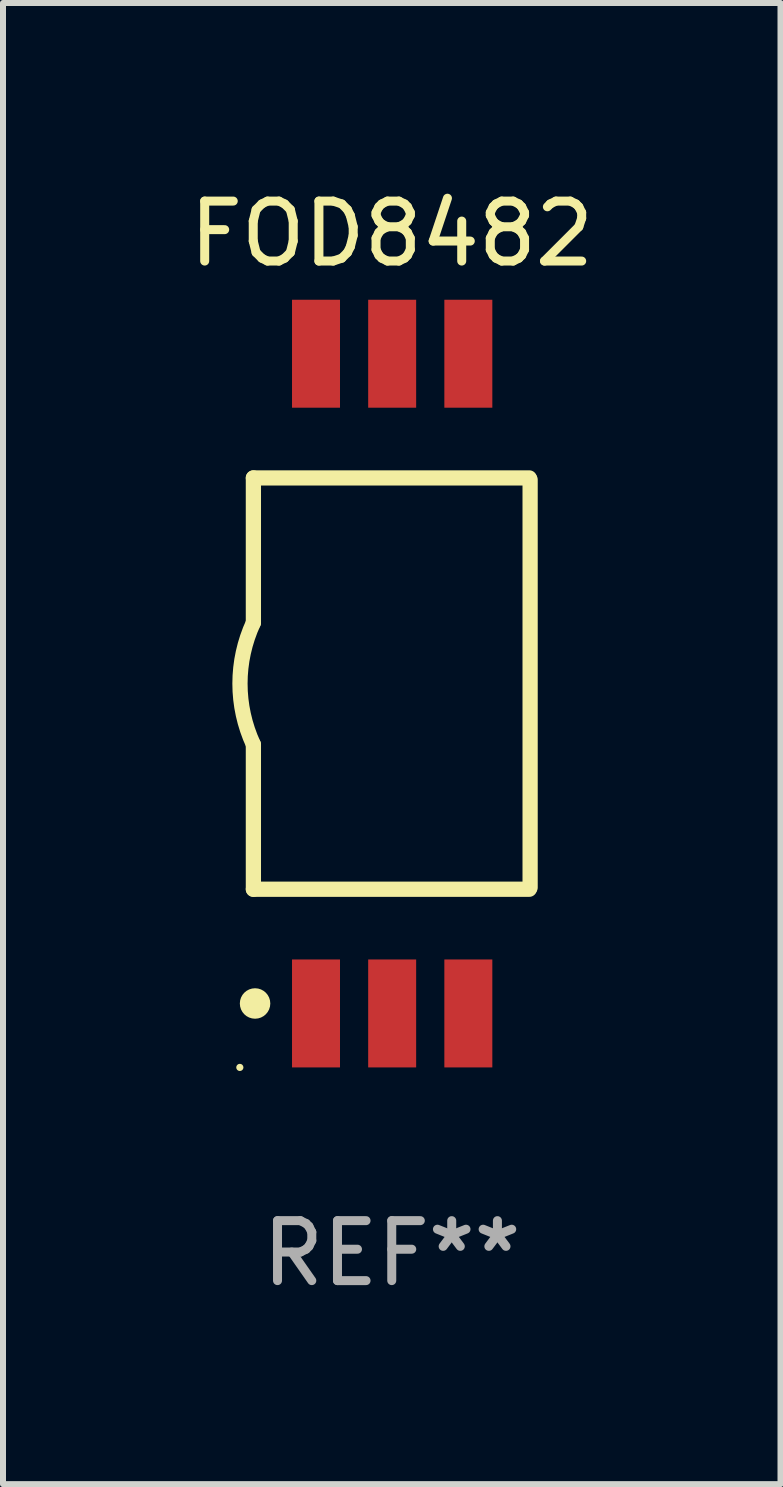
<source format=kicad_pcb>
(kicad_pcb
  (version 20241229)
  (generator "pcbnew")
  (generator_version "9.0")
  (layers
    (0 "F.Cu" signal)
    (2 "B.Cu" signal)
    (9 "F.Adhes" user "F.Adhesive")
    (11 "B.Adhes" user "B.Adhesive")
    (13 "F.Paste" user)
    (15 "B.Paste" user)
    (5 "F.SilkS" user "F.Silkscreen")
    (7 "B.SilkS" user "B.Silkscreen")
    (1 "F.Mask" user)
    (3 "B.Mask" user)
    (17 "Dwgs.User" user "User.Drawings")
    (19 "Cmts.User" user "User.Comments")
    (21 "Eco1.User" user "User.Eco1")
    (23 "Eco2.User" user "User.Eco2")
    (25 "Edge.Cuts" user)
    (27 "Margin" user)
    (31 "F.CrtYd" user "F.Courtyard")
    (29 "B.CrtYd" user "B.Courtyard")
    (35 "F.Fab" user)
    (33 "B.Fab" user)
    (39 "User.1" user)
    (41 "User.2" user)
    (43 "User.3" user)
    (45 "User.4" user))
  (footprint "FOD8482"
    (layer "F.Cu")
    (at 3.482 8.348)
    (property "Reference" "FOD8482" (at 0 -7.5 0) (layer "F.SilkS") (effects (font (size 1 1) (thickness 0.15))))
    (attr through_hole)
    (fp_line (start -2.307 -3.429) (end -2.307 -1.016) (stroke (width 0.254) (type solid)) (layer "F.SilkS"))
    (fp_line (start -2.307 -3.429) (end 2.293 -3.429) (stroke (width 0.254) (type solid)) (layer "F.SilkS"))
    (fp_line (start -2.307 3.429) (end -2.307 1.016) (stroke (width 0.254) (type solid)) (layer "F.SilkS"))
    (fp_line (start 2.293 3.429) (end -2.307 3.429) (stroke (width 0.254) (type solid)) (layer "F.SilkS"))
    (fp_line (start 2.307 -3.4) (end 2.307 3.4) (stroke (width 0.254) (type solid)) (layer "F.SilkS"))
    (fp_arc (start -2.306973 1.016002) (mid -2.53069 0.000003) (end -2.306998 -1.016002) (stroke (width 0.254001) (type solid)) (layer "F.SilkS"))
    (fp_circle (center -2.533 6.4) (end -2.503 6.4) (stroke (width 0.06) (type solid)) (fill no) (layer "F.SilkS"))
    (fp_circle (center -2.279 5.334) (end -2.152 5.334) (stroke (width 0.254) (type solid)) (fill no) (layer "F.SilkS"))
    (fp_text user "REF**" (at 0 9.5 0) (layer "F.Fab") (effects (font (size 1 1) (thickness 0.15))))
    (pad "1" smd rect (at -1.263 5.5 180) (size 0.8 1.8) (layers "F.Cu" "F.Mask" "F.Paste"))
    (pad "2" smd rect (at 0.007 5.5 180) (size 0.8 1.8) (layers "F.Cu" "F.Mask" "F.Paste"))
    (pad "3" smd rect (at 1.277 5.5 180) (size 0.8 1.8) (layers "F.Cu" "F.Mask" "F.Paste"))
    (pad "4" smd rect (at 1.277 -5.5 180) (size 0.8 1.8) (layers "F.Cu" "F.Mask" "F.Paste"))
    (pad "5" smd rect (at 0.007 -5.5 180) (size 0.8 1.8) (layers "F.Cu" "F.Mask" "F.Paste"))
    (pad "6" smd rect (at -1.263 -5.5 180) (size 0.8 1.8) (layers "F.Cu" "F.Mask" "F.Paste")))
  (gr_rect
    (start -3 -3)
    (end 9.964 21.696)
    (stroke (width 0.1) (type default))
    (fill no)
    (layer "Edge.Cuts")))
</source>
